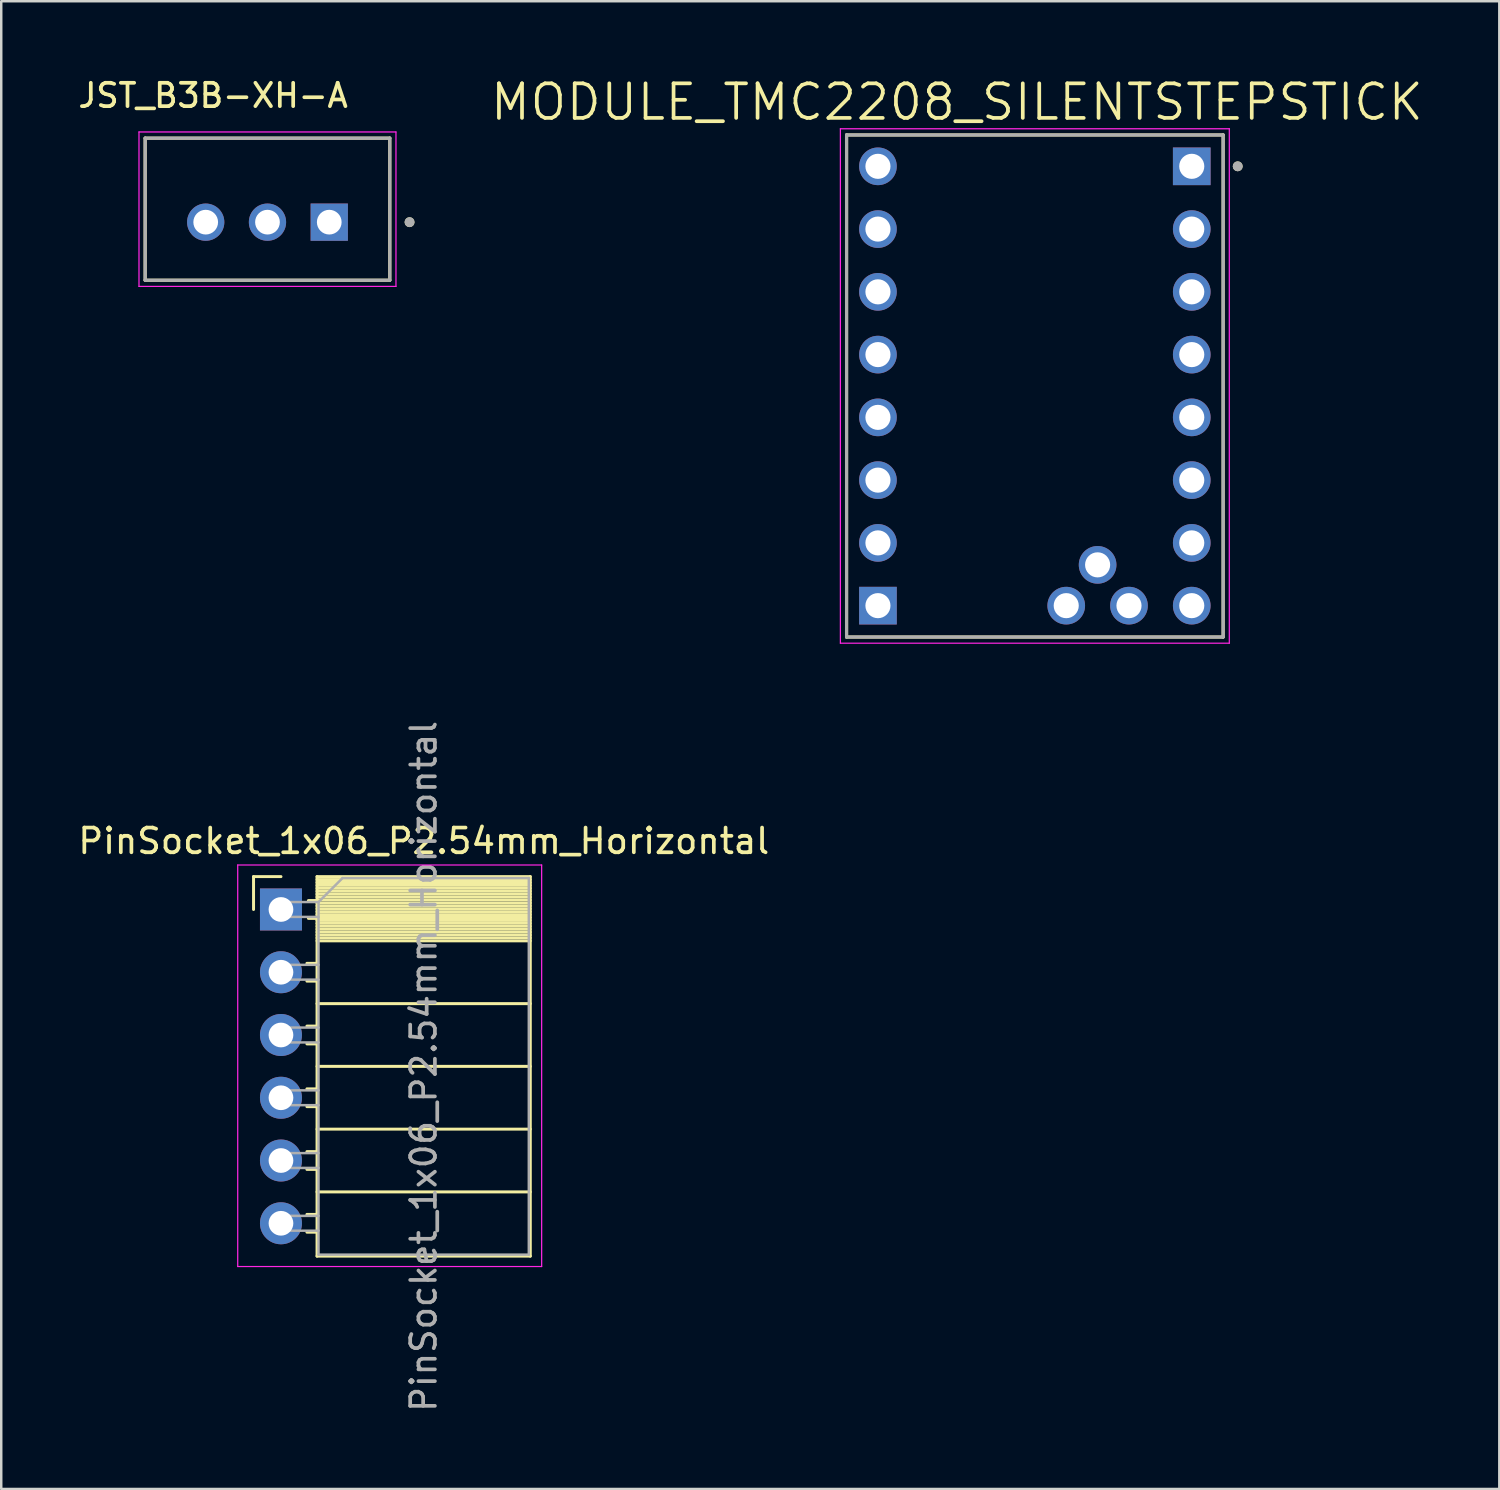
<source format=kicad_pcb>
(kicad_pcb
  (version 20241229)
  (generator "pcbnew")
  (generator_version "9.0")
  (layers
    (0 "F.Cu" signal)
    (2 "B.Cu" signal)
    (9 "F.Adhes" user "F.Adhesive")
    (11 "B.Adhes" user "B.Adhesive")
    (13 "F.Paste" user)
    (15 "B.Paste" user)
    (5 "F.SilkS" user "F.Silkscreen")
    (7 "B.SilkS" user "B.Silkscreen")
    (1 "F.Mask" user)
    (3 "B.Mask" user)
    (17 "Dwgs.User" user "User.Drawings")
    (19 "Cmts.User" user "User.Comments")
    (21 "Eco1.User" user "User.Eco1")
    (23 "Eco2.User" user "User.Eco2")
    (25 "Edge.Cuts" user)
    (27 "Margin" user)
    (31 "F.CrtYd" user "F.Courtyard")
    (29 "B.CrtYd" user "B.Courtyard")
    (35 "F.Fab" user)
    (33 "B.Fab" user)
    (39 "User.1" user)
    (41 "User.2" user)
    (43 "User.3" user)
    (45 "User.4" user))
  (footprint "PinSocket_1x06_P2.54mm_Horizontal"
    (layer "F.Cu")
    (at 13.331 33.757)
    (property "Reference" "PinSocket_1x06_P2.54mm_Horizontal" (at 0.77 -2.77 0) (layer "F.SilkS") (effects (font (size 1 1) (thickness 0.15))))
    (attr through_hole)
    (fp_line (start -6.12 -1.33) (end -6.12 0) (stroke (width 0.12) (type solid)) (layer "F.SilkS"))
    (fp_line (start -5.01 -1.33) (end -6.12 -1.33) (stroke (width 0.12) (type solid)) (layer "F.SilkS"))
    (fp_line (start -3.55 -1.33) (end -3.55 14.03) (stroke (width 0.12) (type solid)) (layer "F.SilkS"))
    (fp_line (start -3.55 -0.36) (end -3.9 -0.36) (stroke (width 0.12) (type solid)) (layer "F.SilkS"))
    (fp_line (start -3.55 0.36) (end -3.9 0.36) (stroke (width 0.12) (type solid)) (layer "F.SilkS"))
    (fp_line (start -3.55 2.18) (end -3.96 2.18) (stroke (width 0.12) (type solid)) (layer "F.SilkS"))
    (fp_line (start -3.55 2.9) (end -3.96 2.9) (stroke (width 0.12) (type solid)) (layer "F.SilkS"))
    (fp_line (start -3.55 4.72) (end -3.96 4.72) (stroke (width 0.12) (type solid)) (layer "F.SilkS"))
    (fp_line (start -3.55 5.44) (end -3.96 5.44) (stroke (width 0.12) (type solid)) (layer "F.SilkS"))
    (fp_line (start -3.55 7.26) (end -3.96 7.26) (stroke (width 0.12) (type solid)) (layer "F.SilkS"))
    (fp_line (start -3.55 7.98) (end -3.96 7.98) (stroke (width 0.12) (type solid)) (layer "F.SilkS"))
    (fp_line (start -3.55 9.8) (end -3.96 9.8) (stroke (width 0.12) (type solid)) (layer "F.SilkS"))
    (fp_line (start -3.55 10.52) (end -3.96 10.52) (stroke (width 0.12) (type solid)) (layer "F.SilkS"))
    (fp_line (start -3.55 12.34) (end -3.96 12.34) (stroke (width 0.12) (type solid)) (layer "F.SilkS"))
    (fp_line (start -3.55 13.06) (end -3.96 13.06) (stroke (width 0.12) (type solid)) (layer "F.SilkS"))
    (fp_line (start 5.08 -1.33) (end -3.55 -1.33) (stroke (width 0.12) (type solid)) (layer "F.SilkS"))
    (fp_line (start 5.08 -1.33) (end 5.08 14.03) (stroke (width 0.12) (type solid)) (layer "F.SilkS"))
    (fp_line (start 5.08 -1.21) (end -3.55 -1.21) (stroke (width 0.12) (type solid)) (layer "F.SilkS"))
    (fp_line (start 5.08 -1.092) (end -3.55 -1.092) (stroke (width 0.12) (type solid)) (layer "F.SilkS"))
    (fp_line (start 5.08 -0.974) (end -3.55 -0.974) (stroke (width 0.12) (type solid)) (layer "F.SilkS"))
    (fp_line (start 5.08 -0.856) (end -3.55 -0.856) (stroke (width 0.12) (type solid)) (layer "F.SilkS"))
    (fp_line (start 5.08 -0.738) (end -3.55 -0.738) (stroke (width 0.12) (type solid)) (layer "F.SilkS"))
    (fp_line (start 5.08 -0.62) (end -3.55 -0.62) (stroke (width 0.12) (type solid)) (layer "F.SilkS"))
    (fp_line (start 5.08 -0.501) (end -3.55 -0.501) (stroke (width 0.12) (type solid)) (layer "F.SilkS"))
    (fp_line (start 5.08 -0.383) (end -3.55 -0.383) (stroke (width 0.12) (type solid)) (layer "F.SilkS"))
    (fp_line (start 5.08 -0.265) (end -3.55 -0.265) (stroke (width 0.12) (type solid)) (layer "F.SilkS"))
    (fp_line (start 5.08 -0.147) (end -3.55 -0.147) (stroke (width 0.12) (type solid)) (layer "F.SilkS"))
    (fp_line (start 5.08 -0.029) (end -3.55 -0.029) (stroke (width 0.12) (type solid)) (layer "F.SilkS"))
    (fp_line (start 5.08 0.089) (end -3.55 0.089) (stroke (width 0.12) (type solid)) (layer "F.SilkS"))
    (fp_line (start 5.08 0.207) (end -3.55 0.207) (stroke (width 0.12) (type solid)) (layer "F.SilkS"))
    (fp_line (start 5.08 0.325) (end -3.55 0.325) (stroke (width 0.12) (type solid)) (layer "F.SilkS"))
    (fp_line (start 5.08 0.443) (end -3.55 0.443) (stroke (width 0.12) (type solid)) (layer "F.SilkS"))
    (fp_line (start 5.08 0.561) (end -3.55 0.561) (stroke (width 0.12) (type solid)) (layer "F.SilkS"))
    (fp_line (start 5.08 0.68) (end -3.55 0.68) (stroke (width 0.12) (type solid)) (layer "F.SilkS"))
    (fp_line (start 5.08 0.798) (end -3.55 0.798) (stroke (width 0.12) (type solid)) (layer "F.SilkS"))
    (fp_line (start 5.08 0.916) (end -3.55 0.916) (stroke (width 0.12) (type solid)) (layer "F.SilkS"))
    (fp_line (start 5.08 1.034) (end -3.55 1.034) (stroke (width 0.12) (type solid)) (layer "F.SilkS"))
    (fp_line (start 5.08 1.152) (end -3.55 1.152) (stroke (width 0.12) (type solid)) (layer "F.SilkS"))
    (fp_line (start 5.08 1.27) (end -3.55 1.27) (stroke (width 0.12) (type solid)) (layer "F.SilkS"))
    (fp_line (start 5.08 3.81) (end -3.55 3.81) (stroke (width 0.12) (type solid)) (layer "F.SilkS"))
    (fp_line (start 5.08 6.35) (end -3.55 6.35) (stroke (width 0.12) (type solid)) (layer "F.SilkS"))
    (fp_line (start 5.08 8.89) (end -3.55 8.89) (stroke (width 0.12) (type solid)) (layer "F.SilkS"))
    (fp_line (start 5.08 11.43) (end -3.55 11.43) (stroke (width 0.12) (type solid)) (layer "F.SilkS"))
    (fp_line (start 5.08 14.03) (end -3.55 14.03) (stroke (width 0.12) (type solid)) (layer "F.SilkS"))
    (fp_line (start -6.76 -1.8) (end 5.54 -1.8) (stroke (width 0.05) (type solid)) (layer "F.CrtYd"))
    (fp_line (start -6.76 14.45) (end -6.76 -1.8) (stroke (width 0.05) (type solid)) (layer "F.CrtYd"))
    (fp_line (start 5.54 -1.8) (end 5.54 14.45) (stroke (width 0.05) (type solid)) (layer "F.CrtYd"))
    (fp_line (start 5.54 14.45) (end -6.76 14.45) (stroke (width 0.05) (type solid)) (layer "F.CrtYd"))
    (fp_line (start -5.01 -0.3) (end -3.49 -0.3) (stroke (width 0.1) (type solid)) (layer "F.Fab"))
    (fp_line (start -5.01 0.3) (end -5.01 -0.3) (stroke (width 0.1) (type solid)) (layer "F.Fab"))
    (fp_line (start -5.01 2.24) (end -3.49 2.24) (stroke (width 0.1) (type solid)) (layer "F.Fab"))
    (fp_line (start -5.01 2.84) (end -5.01 2.24) (stroke (width 0.1) (type solid)) (layer "F.Fab"))
    (fp_line (start -5.01 4.78) (end -3.49 4.78) (stroke (width 0.1) (type solid)) (layer "F.Fab"))
    (fp_line (start -5.01 5.38) (end -5.01 4.78) (stroke (width 0.1) (type solid)) (layer "F.Fab"))
    (fp_line (start -5.01 7.32) (end -3.49 7.32) (stroke (width 0.1) (type solid)) (layer "F.Fab"))
    (fp_line (start -5.01 7.92) (end -5.01 7.32) (stroke (width 0.1) (type solid)) (layer "F.Fab"))
    (fp_line (start -5.01 9.86) (end -3.49 9.86) (stroke (width 0.1) (type solid)) (layer "F.Fab"))
    (fp_line (start -5.01 10.46) (end -5.01 9.86) (stroke (width 0.1) (type solid)) (layer "F.Fab"))
    (fp_line (start -5.01 12.4) (end -3.49 12.4) (stroke (width 0.1) (type solid)) (layer "F.Fab"))
    (fp_line (start -5.01 13) (end -5.01 12.4) (stroke (width 0.1) (type solid)) (layer "F.Fab"))
    (fp_line (start -3.49 -0.3) (end -3.49 13.97) (stroke (width 0.1) (type solid)) (layer "F.Fab"))
    (fp_line (start -3.49 0.3) (end -5.01 0.3) (stroke (width 0.1) (type solid)) (layer "F.Fab"))
    (fp_line (start -3.49 2.84) (end -5.01 2.84) (stroke (width 0.1) (type solid)) (layer "F.Fab"))
    (fp_line (start -3.49 5.38) (end -5.01 5.38) (stroke (width 0.1) (type solid)) (layer "F.Fab"))
    (fp_line (start -3.49 7.92) (end -5.01 7.92) (stroke (width 0.1) (type solid)) (layer "F.Fab"))
    (fp_line (start -3.49 10.46) (end -5.01 10.46) (stroke (width 0.1) (type solid)) (layer "F.Fab"))
    (fp_line (start -3.49 13) (end -5.01 13) (stroke (width 0.1) (type solid)) (layer "F.Fab"))
    (fp_line (start -3.49 13.97) (end 5.02 13.97) (stroke (width 0.1) (type solid)) (layer "F.Fab"))
    (fp_line (start -2.52 -1.27) (end -3.49 -0.3) (stroke (width 0.1) (type solid)) (layer "F.Fab"))
    (fp_line (start 5.02 -1.27) (end -2.52 -1.27) (stroke (width 0.1) (type solid)) (layer "F.Fab"))
    (fp_line (start 5.02 13.97) (end 5.02 -1.27) (stroke (width 0.1) (type solid)) (layer "F.Fab"))
    (fp_text user "${REFERENCE}" (at 0.765 6.35 90) (layer "F.Fab") (effects (font (size 1 1) (thickness 0.15))))
    (pad "1" thru_hole rect (at -5.01 0) (size 1.7 1.7) (drill 1) (layers "*.Cu" "*.Mask"))
    (pad "2" thru_hole oval (at -5.01 2.54) (size 1.7 1.7) (drill 1) (layers "*.Cu" "*.Mask"))
    (pad "3" thru_hole oval (at -5.01 5.08) (size 1.7 1.7) (drill 1) (layers "*.Cu" "*.Mask"))
    (pad "4" thru_hole oval (at -5.01 7.62) (size 1.7 1.7) (drill 1) (layers "*.Cu" "*.Mask"))
    (pad "5" thru_hole oval (at -5.01 10.16) (size 1.7 1.7) (drill 1) (layers "*.Cu" "*.Mask"))
    (pad "6" thru_hole oval (at -5.01 12.7) (size 1.7 1.7) (drill 1) (layers "*.Cu" "*.Mask")))
  (footprint "MODULE_TMC2208_SILENTSTEPSTICK"
    (layer "F.Cu")
    (at 38.831 12.571)
    (property "Reference" "MODULE_TMC2208_SILENTSTEPSTICK" (at -3.155 -11.489 0) (layer "F.SilkS") (effects (font (size 1.4 1.4) (thickness 0.15))))
    (attr through_hole)
    (fp_line (start -7.62 -10.16) (end -7.62 10.16) (stroke (width 0.127) (type solid)) (layer "F.SilkS"))
    (fp_line (start -7.62 10.16) (end 7.62 10.16) (stroke (width 0.127) (type solid)) (layer "F.SilkS"))
    (fp_line (start 7.62 -10.16) (end -7.62 -10.16) (stroke (width 0.127) (type solid)) (layer "F.SilkS"))
    (fp_line (start 7.62 10.16) (end 7.62 -10.16) (stroke (width 0.127) (type solid)) (layer "F.SilkS"))
    (fp_circle (center 8.21 -8.89) (end 8.31 -8.89) (stroke (width 0.2) (type solid)) (fill no) (layer "F.SilkS"))
    (fp_line (start -7.87 -10.41) (end -7.87 10.41) (stroke (width 0.05) (type solid)) (layer "F.CrtYd"))
    (fp_line (start -7.87 -10.41) (end 7.87 -10.41) (stroke (width 0.05) (type solid)) (layer "F.CrtYd"))
    (fp_line (start -7.87 10.41) (end 7.87 10.41) (stroke (width 0.05) (type solid)) (layer "F.CrtYd"))
    (fp_line (start 7.87 -10.41) (end 7.87 10.41) (stroke (width 0.05) (type solid)) (layer "F.CrtYd"))
    (fp_line (start -7.62 -10.16) (end -7.62 10.16) (stroke (width 0.127) (type solid)) (layer "F.Fab"))
    (fp_line (start -7.62 10.16) (end 7.62 10.16) (stroke (width 0.127) (type solid)) (layer "F.Fab"))
    (fp_line (start 7.62 -10.16) (end -7.62 -10.16) (stroke (width 0.127) (type solid)) (layer "F.Fab"))
    (fp_line (start 7.62 10.16) (end 7.62 -10.16) (stroke (width 0.127) (type solid)) (layer "F.Fab"))
    (fp_circle (center 8.21 -8.89) (end 8.31 -8.89) (stroke (width 0.2) (type solid)) (fill no) (layer "F.Fab"))
    (pad "JP1_1" thru_hole rect (at 6.35 -8.89) (size 1.524 1.524) (drill 1.016) (layers "*.Cu" "*.Mask"))
    (pad "JP1_2" thru_hole circle (at 6.35 -6.35) (size 1.524 1.524) (drill 1.016) (layers "*.Cu" "*.Mask"))
    (pad "JP1_3" thru_hole circle (at 6.35 -3.81) (size 1.524 1.524) (drill 1.016) (layers "*.Cu" "*.Mask"))
    (pad "JP1_4" thru_hole circle (at 6.35 -1.27) (size 1.524 1.524) (drill 1.016) (layers "*.Cu" "*.Mask"))
    (pad "JP1_5" thru_hole circle (at 6.35 1.27) (size 1.524 1.524) (drill 1.016) (layers "*.Cu" "*.Mask"))
    (pad "JP1_6" thru_hole circle (at 6.35 3.81) (size 1.524 1.524) (drill 1.016) (layers "*.Cu" "*.Mask"))
    (pad "JP1_7" thru_hole circle (at 6.35 6.35) (size 1.524 1.524) (drill 1.016) (layers "*.Cu" "*.Mask"))
    (pad "JP1_8" thru_hole circle (at 6.35 8.89) (size 1.524 1.524) (drill 1.016) (layers "*.Cu" "*.Mask"))
    (pad "JP2_1" thru_hole rect (at -6.35 8.89) (size 1.524 1.524) (drill 1.016) (layers "*.Cu" "*.Mask"))
    (pad "JP2_2" thru_hole circle (at -6.35 6.35) (size 1.524 1.524) (drill 1.016) (layers "*.Cu" "*.Mask"))
    (pad "JP2_3" thru_hole circle (at -6.35 3.81) (size 1.524 1.524) (drill 1.016) (layers "*.Cu" "*.Mask"))
    (pad "JP2_4" thru_hole circle (at -6.35 1.27) (size 1.524 1.524) (drill 1.016) (layers "*.Cu" "*.Mask"))
    (pad "JP2_5" thru_hole circle (at -6.35 -1.27) (size 1.524 1.524) (drill 1.016) (layers "*.Cu" "*.Mask"))
    (pad "JP2_6" thru_hole circle (at -6.35 -3.81) (size 1.524 1.524) (drill 1.016) (layers "*.Cu" "*.Mask"))
    (pad "JP2_7" thru_hole circle (at -6.35 -6.35) (size 1.524 1.524) (drill 1.016) (layers "*.Cu" "*.Mask"))
    (pad "JP2_8" thru_hole circle (at -6.35 -8.89) (size 1.524 1.524) (drill 1.016) (layers "*.Cu" "*.Mask"))
    (pad "JP3_1" thru_hole circle (at 1.27 8.89) (size 1.524 1.524) (drill 1.016) (layers "*.Cu" "*.Mask"))
    (pad "JP3_2" thru_hole circle (at 3.81 8.89) (size 1.524 1.524) (drill 1.016) (layers "*.Cu" "*.Mask"))
    (pad "VREF" thru_hole circle (at 2.54 7.239) (size 1.524 1.524) (drill 1.016) (layers "*.Cu" "*.Mask")))
  (footprint "JST_B3B-XH-A"
    (layer "F.Cu")
    (at 7.775 5.416)
    (property "Reference" "JST_B3B-XH-A" (at -2.2 -4.6 0) (layer "F.SilkS") (effects (font (size 0.945 0.945) (thickness 0.15))))
    (attr through_hole)
    (fp_line (start -4.95 -2.875) (end 4.95 -2.875) (stroke (width 0.127) (type solid)) (layer "F.SilkS"))
    (fp_line (start -4.95 2.875) (end -4.95 -2.875) (stroke (width 0.127) (type solid)) (layer "F.SilkS"))
    (fp_line (start 4.95 -2.875) (end 4.95 2.875) (stroke (width 0.127) (type solid)) (layer "F.SilkS"))
    (fp_line (start 4.95 2.875) (end -4.95 2.875) (stroke (width 0.127) (type solid)) (layer "F.SilkS"))
    (fp_circle (center 5.75 0.525) (end 5.85 0.525) (stroke (width 0.2) (type solid)) (fill no) (layer "F.SilkS"))
    (fp_line (start -5.2 -3.125) (end 5.2 -3.125) (stroke (width 0.05) (type solid)) (layer "F.CrtYd"))
    (fp_line (start -5.2 3.125) (end -5.2 -3.125) (stroke (width 0.05) (type solid)) (layer "F.CrtYd"))
    (fp_line (start 5.2 -3.125) (end 5.2 3.125) (stroke (width 0.05) (type solid)) (layer "F.CrtYd"))
    (fp_line (start 5.2 3.125) (end -5.2 3.125) (stroke (width 0.05) (type solid)) (layer "F.CrtYd"))
    (fp_line (start -4.95 -2.875) (end 4.95 -2.875) (stroke (width 0.127) (type solid)) (layer "F.Fab"))
    (fp_line (start -4.95 2.875) (end -4.95 -2.875) (stroke (width 0.127) (type solid)) (layer "F.Fab"))
    (fp_line (start 4.95 -2.875) (end 4.95 2.875) (stroke (width 0.127) (type solid)) (layer "F.Fab"))
    (fp_line (start 4.95 2.875) (end -4.95 2.875) (stroke (width 0.127) (type solid)) (layer "F.Fab"))
    (fp_circle (center 5.75 0.525) (end 5.85 0.525) (stroke (width 0.2) (type solid)) (fill no) (layer "F.Fab"))
    (pad "1" thru_hole rect (at 2.5 0.525) (size 1.508 1.508) (drill 1) (layers "*.Cu" "*.Mask"))
    (pad "2" thru_hole circle (at 0 0.525) (size 1.508 1.508) (drill 1) (layers "*.Cu" "*.Mask"))
    (pad "3" thru_hole circle (at -2.5 0.525) (size 1.508 1.508) (drill 1) (layers "*.Cu" "*.Mask")))
  (gr_rect
    (start -3 -3)
    (end 57.628 57.209)
    (stroke (width 0.1) (type default))
    (fill no)
    (layer "Edge.Cuts")))
</source>
